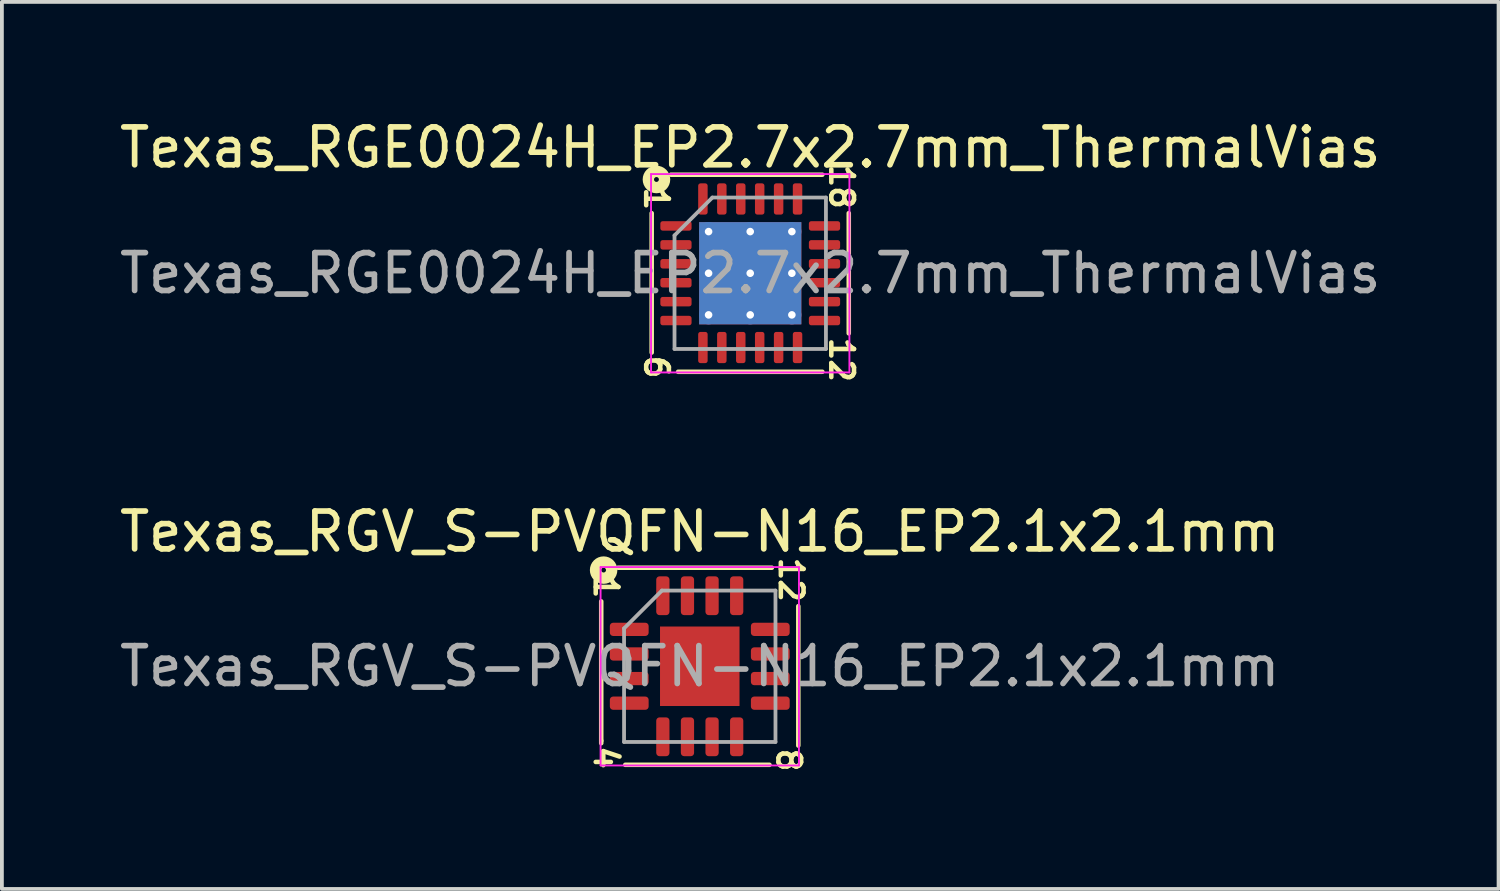
<source format=kicad_pcb>
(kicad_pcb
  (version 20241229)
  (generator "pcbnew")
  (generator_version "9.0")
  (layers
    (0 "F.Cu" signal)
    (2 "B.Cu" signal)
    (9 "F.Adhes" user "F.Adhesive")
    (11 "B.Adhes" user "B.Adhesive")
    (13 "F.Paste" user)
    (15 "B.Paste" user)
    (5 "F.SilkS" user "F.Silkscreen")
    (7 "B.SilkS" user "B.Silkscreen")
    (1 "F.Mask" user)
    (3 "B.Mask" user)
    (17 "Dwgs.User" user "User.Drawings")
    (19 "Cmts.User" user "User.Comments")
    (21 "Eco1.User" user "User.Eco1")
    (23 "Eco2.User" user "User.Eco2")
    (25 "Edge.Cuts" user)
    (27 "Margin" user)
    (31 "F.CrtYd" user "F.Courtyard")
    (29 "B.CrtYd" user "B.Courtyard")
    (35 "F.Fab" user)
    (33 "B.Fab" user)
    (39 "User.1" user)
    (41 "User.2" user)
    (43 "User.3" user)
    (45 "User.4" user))
  (footprint "Texas_RGE0024H_EP2.7x2.7mm_ThermalVias"
    (layer "F.Cu")
    (at 16.768 4.168)
    (property "Reference" "Texas_RGE0024H_EP2.7x2.7mm_ThermalVias" (at 0 -3.32 0) (layer "F.SilkS") (effects (font (size 1 1) (thickness 0.15))))
    (attr smd)
    (fp_line (start -2.603 -1.587) (end -2.603 2.095) (stroke (width 0.12) (type solid)) (layer "F.SilkS"))
    (fp_line (start -1.905 2.603) (end 1.905 2.603) (stroke (width 0.12) (type solid)) (layer "F.SilkS"))
    (fp_line (start 1.905 -2.603) (end -2.095 -2.603) (stroke (width 0.12) (type solid)) (layer "F.SilkS"))
    (fp_line (start 2.603 1.587) (end 2.603 -1.587) (stroke (width 0.12) (type solid)) (layer "F.SilkS"))
    (fp_circle (center -2.477 -2.477) (end -2.413 -2.477) (stroke (width 0.3) (type solid)) (fill no) (layer "F.SilkS"))
    (fp_line (start -2.62 -2.62) (end -2.62 2.62) (stroke (width 0.05) (type solid)) (layer "F.CrtYd"))
    (fp_line (start -2.62 2.62) (end 2.62 2.62) (stroke (width 0.05) (type solid)) (layer "F.CrtYd"))
    (fp_line (start 2.62 -2.62) (end -2.62 -2.62) (stroke (width 0.05) (type solid)) (layer "F.CrtYd"))
    (fp_line (start 2.62 2.62) (end 2.62 -2.62) (stroke (width 0.05) (type solid)) (layer "F.CrtYd"))
    (fp_line (start -2 -1) (end -1 -2) (stroke (width 0.1) (type solid)) (layer "F.Fab"))
    (fp_line (start -2 2) (end -2 -1) (stroke (width 0.1) (type solid)) (layer "F.Fab"))
    (fp_line (start -1 -2) (end 2 -2) (stroke (width 0.1) (type solid)) (layer "F.Fab"))
    (fp_line (start 2 -2) (end 2 2) (stroke (width 0.1) (type solid)) (layer "F.Fab"))
    (fp_line (start 2 2) (end -2 2) (stroke (width 0.1) (type solid)) (layer "F.Fab"))
    (fp_text user "12" (at 2.413 2.286 270) (unlocked yes) (layer "F.SilkS") (effects (font (size 0.6 0.6) (thickness 0.12))))
    (fp_text user "6" (at -2.477 2.477 270) (unlocked yes) (layer "F.SilkS") (effects (font (size 0.6 0.6) (thickness 0.12))))
    (fp_text user "18" (at 2.413 -2.286 270) (unlocked yes) (layer "F.SilkS") (effects (font (size 0.6 0.6) (thickness 0.12))))
    (fp_text user "1" (at -2.477 -1.968 270) (unlocked yes) (layer "F.SilkS") (effects (font (size 0.6 0.6) (thickness 0.12))))
    (fp_text user "${REFERENCE}" (at 0 0 0) (layer "F.Fab") (effects (font (size 1 1) (thickness 0.15))))
    (pad "" smd roundrect (at -0.675 -0.675) (size 1.17 1.17) (layers "F.Paste") (roundrect_rratio 0.214))
    (pad "" smd roundrect (at -0.675 0.675) (size 1.17 1.17) (layers "F.Paste") (roundrect_rratio 0.214))
    (pad "" smd roundrect (at 0.675 -0.675) (size 1.17 1.17) (layers "F.Paste") (roundrect_rratio 0.214))
    (pad "" smd roundrect (at 0.675 0.675) (size 1.17 1.17) (layers "F.Paste") (roundrect_rratio 0.214))
    (pad "1" smd roundrect (at -1.962 -1.25) (size 0.825 0.25) (layers "F.Cu" "F.Mask" "F.Paste") (roundrect_rratio 0.25))
    (pad "2" smd roundrect (at -1.962 -0.75) (size 0.825 0.25) (layers "F.Cu" "F.Mask" "F.Paste") (roundrect_rratio 0.25))
    (pad "3" smd roundrect (at -1.962 -0.25) (size 0.825 0.25) (layers "F.Cu" "F.Mask" "F.Paste") (roundrect_rratio 0.25))
    (pad "4" smd roundrect (at -1.962 0.25) (size 0.825 0.25) (layers "F.Cu" "F.Mask" "F.Paste") (roundrect_rratio 0.25))
    (pad "5" smd roundrect (at -1.962 0.75) (size 0.825 0.25) (layers "F.Cu" "F.Mask" "F.Paste") (roundrect_rratio 0.25))
    (pad "6" smd roundrect (at -1.962 1.25) (size 0.825 0.25) (layers "F.Cu" "F.Mask" "F.Paste") (roundrect_rratio 0.25))
    (pad "7" smd roundrect (at -1.25 1.962) (size 0.25 0.825) (layers "F.Cu" "F.Mask" "F.Paste") (roundrect_rratio 0.25))
    (pad "8" smd roundrect (at -0.75 1.962) (size 0.25 0.825) (layers "F.Cu" "F.Mask" "F.Paste") (roundrect_rratio 0.25))
    (pad "9" smd roundrect (at -0.25 1.962) (size 0.25 0.825) (layers "F.Cu" "F.Mask" "F.Paste") (roundrect_rratio 0.25))
    (pad "10" smd roundrect (at 0.25 1.962) (size 0.25 0.825) (layers "F.Cu" "F.Mask" "F.Paste") (roundrect_rratio 0.25))
    (pad "11" smd roundrect (at 0.75 1.962) (size 0.25 0.825) (layers "F.Cu" "F.Mask" "F.Paste") (roundrect_rratio 0.25))
    (pad "12" smd roundrect (at 1.25 1.962) (size 0.25 0.825) (layers "F.Cu" "F.Mask" "F.Paste") (roundrect_rratio 0.25))
    (pad "13" smd roundrect (at 1.962 1.25) (size 0.825 0.25) (layers "F.Cu" "F.Mask" "F.Paste") (roundrect_rratio 0.25))
    (pad "14" smd roundrect (at 1.962 0.75) (size 0.825 0.25) (layers "F.Cu" "F.Mask" "F.Paste") (roundrect_rratio 0.25))
    (pad "15" smd roundrect (at 1.962 0.25) (size 0.825 0.25) (layers "F.Cu" "F.Mask" "F.Paste") (roundrect_rratio 0.25))
    (pad "16" smd roundrect (at 1.962 -0.25) (size 0.825 0.25) (layers "F.Cu" "F.Mask" "F.Paste") (roundrect_rratio 0.25))
    (pad "17" smd roundrect (at 1.962 -0.75) (size 0.825 0.25) (layers "F.Cu" "F.Mask" "F.Paste") (roundrect_rratio 0.25))
    (pad "18" smd roundrect (at 1.962 -1.25) (size 0.825 0.25) (layers "F.Cu" "F.Mask" "F.Paste") (roundrect_rratio 0.25))
    (pad "19" smd roundrect (at 1.25 -1.962) (size 0.25 0.825) (layers "F.Cu" "F.Mask" "F.Paste") (roundrect_rratio 0.25))
    (pad "20" smd roundrect (at 0.75 -1.962) (size 0.25 0.825) (layers "F.Cu" "F.Mask" "F.Paste") (roundrect_rratio 0.25))
    (pad "21" smd roundrect (at 0.25 -1.962) (size 0.25 0.825) (layers "F.Cu" "F.Mask" "F.Paste") (roundrect_rratio 0.25))
    (pad "22" smd roundrect (at -0.25 -1.962) (size 0.25 0.825) (layers "F.Cu" "F.Mask" "F.Paste") (roundrect_rratio 0.25))
    (pad "23" smd roundrect (at -0.75 -1.962) (size 0.25 0.825) (layers "F.Cu" "F.Mask" "F.Paste") (roundrect_rratio 0.25))
    (pad "24" smd roundrect (at -1.25 -1.962) (size 0.25 0.825) (layers "F.Cu" "F.Mask" "F.Paste") (roundrect_rratio 0.25))
    (pad "25" thru_hole circle (at -1.1 -1.1) (size 0.5 0.5) (drill 0.2) (layers "*.Cu"))
    (pad "25" thru_hole circle (at -1.1 0) (size 0.5 0.5) (drill 0.2) (layers "*.Cu"))
    (pad "25" thru_hole circle (at -1.1 1.1) (size 0.5 0.5) (drill 0.2) (layers "*.Cu"))
    (pad "25" thru_hole circle (at 0 -1.1) (size 0.5 0.5) (drill 0.2) (layers "*.Cu"))
    (pad "25" thru_hole circle (at 0 0) (size 0.5 0.5) (drill 0.2) (layers "*.Cu"))
    (pad "25" smd rect (at 0 0) (size 2.7 2.7) (layers "F.Cu" "F.Mask"))
    (pad "25" smd rect (at 0 0) (size 2.7 2.7) (layers "B.Cu" "B.Mask"))
    (pad "25" thru_hole circle (at 0 1.1) (size 0.5 0.5) (drill 0.2) (layers "*.Cu"))
    (pad "25" thru_hole circle (at 1.1 -1.1) (size 0.5 0.5) (drill 0.2) (layers "*.Cu"))
    (pad "25" thru_hole circle (at 1.1 0) (size 0.5 0.5) (drill 0.2) (layers "*.Cu"))
    (pad "25" thru_hole circle (at 1.1 1.1) (size 0.5 0.5) (drill 0.2) (layers "*.Cu")))
  (footprint "Texas_RGV_S-PVQFN-N16_EP2.1x2.1mm"
    (layer "F.Cu")
    (at 15.435 14.55)
    (property "Reference" "Texas_RGV_S-PVQFN-N16_EP2.1x2.1mm" (at 0 -3.556 0) (layer "F.SilkS") (effects (font (size 1 1) (thickness 0.15))))
    (attr smd)
    (fp_line (start -2.603 -1.714) (end -2.603 1.968) (stroke (width 0.12) (type solid)) (layer "F.SilkS"))
    (fp_line (start -2.603 1.968) (end -2.603 2.032) (stroke (width 0.12) (type solid)) (layer "F.SilkS"))
    (fp_line (start -1.968 2.603) (end 1.841 2.603) (stroke (width 0.12) (type solid)) (layer "F.SilkS"))
    (fp_line (start 1.905 -2.603) (end -2.159 -2.603) (stroke (width 0.12) (type solid)) (layer "F.SilkS"))
    (fp_line (start 2.603 2.095) (end 2.603 -1.587) (stroke (width 0.12) (type solid)) (layer "F.SilkS"))
    (fp_circle (center -2.54 -2.54) (end -2.477 -2.54) (stroke (width 0.3) (type solid)) (fill no) (layer "F.SilkS"))
    (fp_line (start -2.62 -2.62) (end -2.62 2.62) (stroke (width 0.05) (type solid)) (layer "F.CrtYd"))
    (fp_line (start -2.62 2.62) (end 2.62 2.62) (stroke (width 0.05) (type solid)) (layer "F.CrtYd"))
    (fp_line (start 2.62 -2.62) (end -2.62 -2.62) (stroke (width 0.05) (type solid)) (layer "F.CrtYd"))
    (fp_line (start 2.62 2.62) (end 2.62 -2.62) (stroke (width 0.05) (type solid)) (layer "F.CrtYd"))
    (fp_line (start -2 -1) (end -1 -2) (stroke (width 0.1) (type solid)) (layer "F.Fab"))
    (fp_line (start -2 2) (end -2 -1) (stroke (width 0.1) (type solid)) (layer "F.Fab"))
    (fp_line (start -1 -2) (end 2 -2) (stroke (width 0.1) (type solid)) (layer "F.Fab"))
    (fp_line (start 2 -2) (end 2 2) (stroke (width 0.1) (type solid)) (layer "F.Fab"))
    (fp_line (start 2 2) (end -2 2) (stroke (width 0.1) (type solid)) (layer "F.Fab"))
    (fp_text user "8" (at 2.349 2.477 270) (unlocked yes) (layer "F.SilkS") (effects (font (size 0.6 0.6) (thickness 0.12))))
    (fp_text user "12" (at 2.413 -2.286 270) (unlocked yes) (layer "F.SilkS") (effects (font (size 0.6 0.6) (thickness 0.12))))
    (fp_text user "4" (at -2.477 2.413 270) (unlocked yes) (layer "F.SilkS") (effects (font (size 0.6 0.6) (thickness 0.12))))
    (fp_text user "1" (at -2.477 -2.095 270) (unlocked yes) (layer "F.SilkS") (effects (font (size 0.6 0.6) (thickness 0.12))))
    (fp_text user "${REFERENCE}" (at 0 0 0) (layer "F.Fab") (effects (font (size 1 1) (thickness 0.15))))
    (pad "" smd roundrect (at -0.525 -0.525) (size 0.85 0.85) (layers "F.Paste") (roundrect_rratio 0.25))
    (pad "" smd roundrect (at -0.525 0.525) (size 0.85 0.85) (layers "F.Paste") (roundrect_rratio 0.25))
    (pad "" smd roundrect (at 0.525 -0.525) (size 0.85 0.85) (layers "F.Paste") (roundrect_rratio 0.25))
    (pad "" smd roundrect (at 0.525 0.525) (size 0.85 0.85) (layers "F.Paste") (roundrect_rratio 0.25))
    (pad "1" smd roundrect (at -1.863 -0.975) (size 1.025 0.35) (layers "F.Cu" "F.Mask" "F.Paste") (roundrect_rratio 0.25))
    (pad "2" smd roundrect (at -1.863 -0.325) (size 1.025 0.35) (layers "F.Cu" "F.Mask" "F.Paste") (roundrect_rratio 0.25))
    (pad "3" smd roundrect (at -1.863 0.325) (size 1.025 0.35) (layers "F.Cu" "F.Mask" "F.Paste") (roundrect_rratio 0.25))
    (pad "4" smd roundrect (at -1.863 0.975) (size 1.025 0.35) (layers "F.Cu" "F.Mask" "F.Paste") (roundrect_rratio 0.25))
    (pad "5" smd roundrect (at -0.975 1.863) (size 0.35 1.025) (layers "F.Cu" "F.Mask" "F.Paste") (roundrect_rratio 0.25))
    (pad "6" smd roundrect (at -0.325 1.863) (size 0.35 1.025) (layers "F.Cu" "F.Mask" "F.Paste") (roundrect_rratio 0.25))
    (pad "7" smd roundrect (at 0.325 1.863) (size 0.35 1.025) (layers "F.Cu" "F.Mask" "F.Paste") (roundrect_rratio 0.25))
    (pad "8" smd roundrect (at 0.975 1.863) (size 0.35 1.025) (layers "F.Cu" "F.Mask" "F.Paste") (roundrect_rratio 0.25))
    (pad "9" smd roundrect (at 1.863 0.975) (size 1.025 0.35) (layers "F.Cu" "F.Mask" "F.Paste") (roundrect_rratio 0.25))
    (pad "10" smd roundrect (at 1.863 0.325) (size 1.025 0.35) (layers "F.Cu" "F.Mask" "F.Paste") (roundrect_rratio 0.25))
    (pad "11" smd roundrect (at 1.863 -0.325) (size 1.025 0.35) (layers "F.Cu" "F.Mask" "F.Paste") (roundrect_rratio 0.25))
    (pad "12" smd roundrect (at 1.863 -0.975) (size 1.025 0.35) (layers "F.Cu" "F.Mask" "F.Paste") (roundrect_rratio 0.25))
    (pad "13" smd roundrect (at 0.975 -1.863) (size 0.35 1.025) (layers "F.Cu" "F.Mask" "F.Paste") (roundrect_rratio 0.25))
    (pad "14" smd roundrect (at 0.325 -1.863) (size 0.35 1.025) (layers "F.Cu" "F.Mask" "F.Paste") (roundrect_rratio 0.25))
    (pad "15" smd roundrect (at -0.325 -1.863) (size 0.35 1.025) (layers "F.Cu" "F.Mask" "F.Paste") (roundrect_rratio 0.25))
    (pad "16" smd roundrect (at -0.975 -1.863) (size 0.35 1.025) (layers "F.Cu" "F.Mask" "F.Paste") (roundrect_rratio 0.25))
    (pad "17" smd rect (at 0 0) (size 2.1 2.1) (layers "F.Cu" "F.Mask")))
  (gr_rect
    (start -3 -3)
    (end 36.536 20.432)
    (stroke (width 0.1) (type default))
    (fill no)
    (layer "Edge.Cuts")))
</source>
